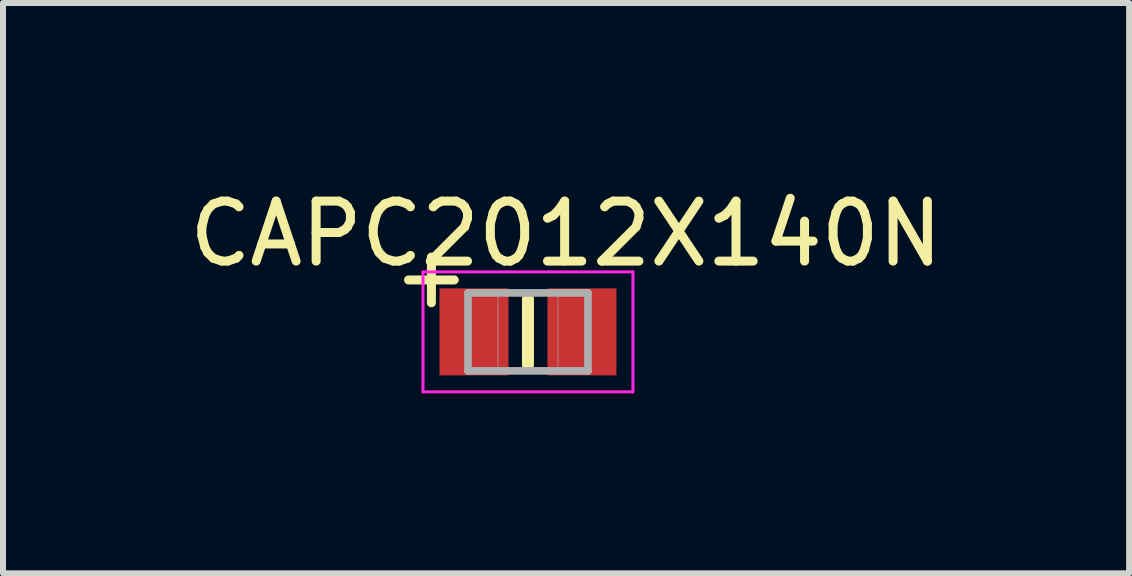
<source format=kicad_pcb>
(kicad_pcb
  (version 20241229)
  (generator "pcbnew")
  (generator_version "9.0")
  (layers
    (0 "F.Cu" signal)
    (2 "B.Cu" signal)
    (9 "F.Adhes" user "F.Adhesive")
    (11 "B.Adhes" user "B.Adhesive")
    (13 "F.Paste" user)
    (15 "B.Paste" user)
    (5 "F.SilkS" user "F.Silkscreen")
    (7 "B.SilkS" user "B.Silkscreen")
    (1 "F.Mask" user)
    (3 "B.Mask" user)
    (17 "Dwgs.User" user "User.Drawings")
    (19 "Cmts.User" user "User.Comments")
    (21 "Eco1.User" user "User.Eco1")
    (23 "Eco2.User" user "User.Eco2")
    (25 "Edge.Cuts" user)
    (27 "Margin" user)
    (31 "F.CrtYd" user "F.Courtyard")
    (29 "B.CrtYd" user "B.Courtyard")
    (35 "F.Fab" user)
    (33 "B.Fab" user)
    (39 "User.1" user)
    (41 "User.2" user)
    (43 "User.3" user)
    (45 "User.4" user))
  (footprint "CAPC2012X140N"
    (layer "F.Cu")
    (at 5.752 2.483)
    (property "Reference" "CAPC2012X140N" (at 0.635 -1.635 0) (layer "F.SilkS") (effects (font (size 1 1) (thickness 0.15))))
    (attr through_hole)
    (fp_line (start 0 -0.55) (end 0 0.55) (stroke (width 0.2) (type solid)) (layer "F.SilkS"))
    (fp_line (start -1.75 -1) (end 1.75 -1) (stroke (width 0.05) (type solid)) (layer "F.CrtYd"))
    (fp_line (start -1.75 1) (end -1.75 -1) (stroke (width 0.05) (type solid)) (layer "F.CrtYd"))
    (fp_line (start 1.75 -1) (end 1.75 1) (stroke (width 0.05) (type solid)) (layer "F.CrtYd"))
    (fp_line (start 1.75 1) (end -1.75 1) (stroke (width 0.05) (type solid)) (layer "F.CrtYd"))
    (fp_line (start -1 -0.65) (end 1 -0.65) (stroke (width 0.127) (type solid)) (layer "F.Fab"))
    (fp_line (start -1 0.65) (end -1 -0.65) (stroke (width 0.127) (type solid)) (layer "F.Fab"))
    (fp_line (start 1 -0.65) (end 1 0.65) (stroke (width 0.127) (type solid)) (layer "F.Fab"))
    (fp_line (start 1 0.65) (end -1 0.65) (stroke (width 0.127) (type solid)) (layer "F.Fab"))
    (fp_poly (pts (xy -1 -0.65) (xy -0.5 -0.65) (xy -0.5 0.65) (xy -1 0.65)) (stroke (width 0.01) (type solid)) (fill no) (layer "F.Fab"))
    (fp_poly (pts (xy 0.5 -0.65) (xy 1 -0.65) (xy 1 0.65) (xy 0.5 0.65)) (stroke (width 0.01) (type solid)) (fill no) (layer "F.Fab"))
    (fp_text user "+" (at -1.61 -0.94 0) (unlocked yes) (layer "F.SilkS") (effects (font (size 1 1) (thickness 0.15))))
    (pad "1" smd rect (at -0.9 0) (size 1.15 1.45) (layers "F.Cu" "F.Mask" "F.Paste"))
    (pad "2" smd rect (at 0.9 0) (size 1.15 1.45) (layers "F.Cu" "F.Mask" "F.Paste")))
  (gr_rect
    (start -3 -3)
    (end 15.774 6.508)
    (stroke (width 0.1) (type default))
    (fill no)
    (layer "Edge.Cuts")))
</source>
